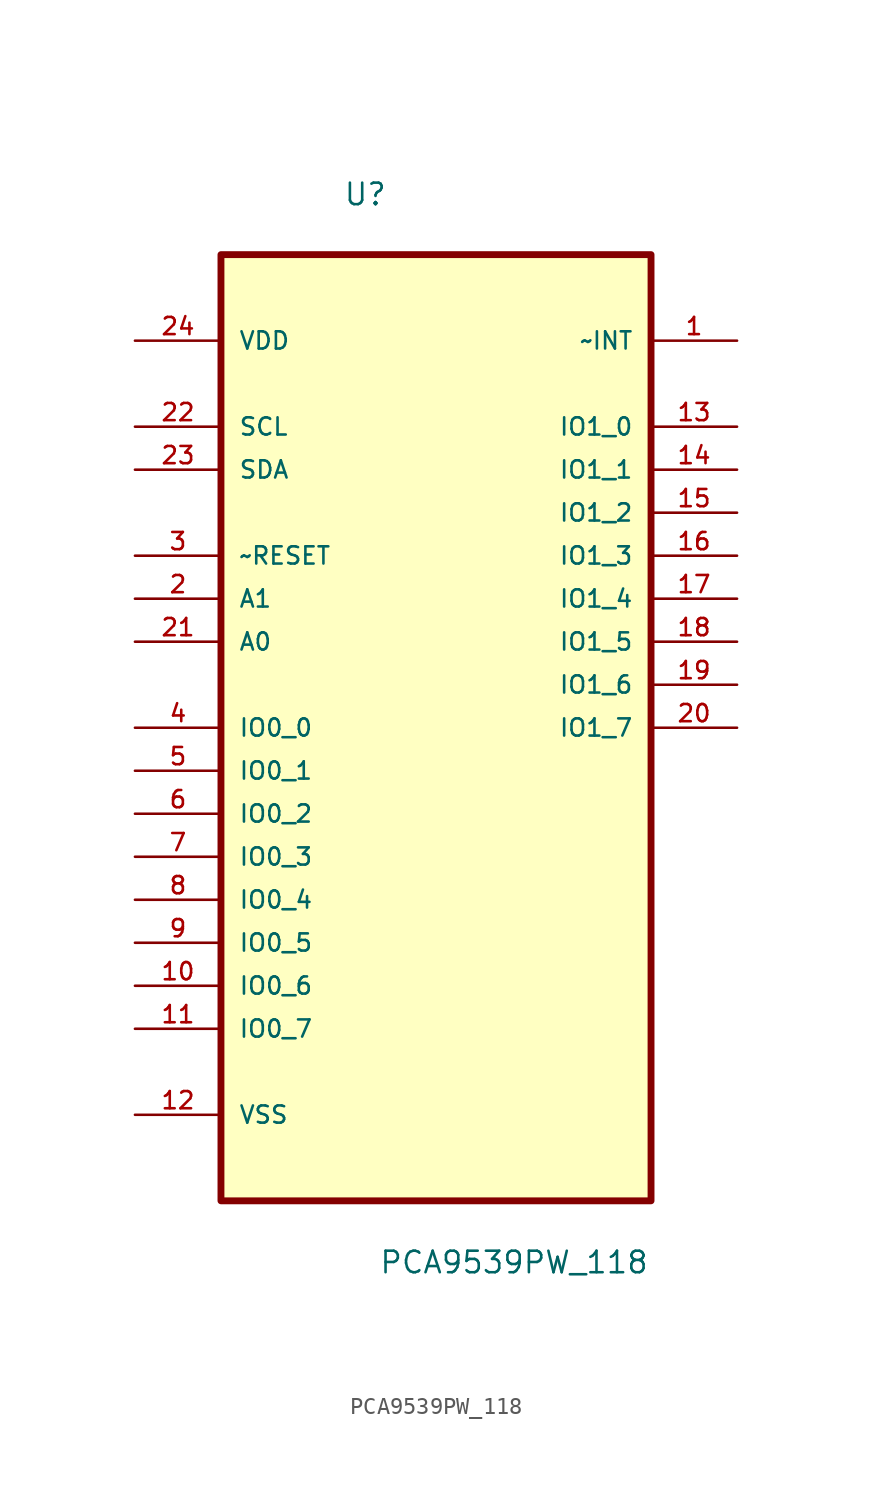
<source format=kicad_sym>
(kicad_symbol_lib
  (version 20211014)
  (generator kicad_symbol_editor)
  (symbol "PCA9539PW_118"
    (pin_names
      (offset 1.016))
    (property "Reference" "U"
      (at -5.487 28.22 0.0)
      (effects (font (size 1.27 1.27)) (justify bottom left)))
    (property "Value" "PCA9539PW_118"
      (at -3.382 -34.86 0.0)
      (effects (font (size 1.27 1.27)) (justify bottom left)))
    (symbol "PCA9539PW_118_0_0"
      (rectangle (start -12.7 -30.48) (end 12.7 25.4) (stroke (width 0.406)) (fill (type background)))
      (pin power_in line (at -17.78 20.32 0) (length 5.08) (name "VDD" (effects (font (size 1.016 1.016)))) (number "24" (effects (font (size 1.016 1.016)))))
      (pin input line (at -17.78 15.24 0) (length 5.08) (name "SCL" (effects (font (size 1.016 1.016)))) (number "22" (effects (font (size 1.016 1.016)))))
      (pin bidirectional line (at -17.78 12.7 0) (length 5.08) (name "SDA" (effects (font (size 1.016 1.016)))) (number "23" (effects (font (size 1.016 1.016)))))
      (pin input line (at -17.78 7.62 0) (length 5.08) (name "~RESET" (effects (font (size 1.016 1.016)))) (number "3" (effects (font (size 1.016 1.016)))))
      (pin input line (at -17.78 5.08 0) (length 5.08) (name "A1" (effects (font (size 1.016 1.016)))) (number "2" (effects (font (size 1.016 1.016)))))
      (pin input line (at -17.78 2.54 0) (length 5.08) (name "A0" (effects (font (size 1.016 1.016)))) (number "21" (effects (font (size 1.016 1.016)))))
      (pin bidirectional line (at -17.78 -2.54 0) (length 5.08) (name "IO0_0" (effects (font (size 1.016 1.016)))) (number "4" (effects (font (size 1.016 1.016)))))
      (pin bidirectional line (at -17.78 -5.08 0) (length 5.08) (name "IO0_1" (effects (font (size 1.016 1.016)))) (number "5" (effects (font (size 1.016 1.016)))))
      (pin bidirectional line (at -17.78 -7.62 0) (length 5.08) (name "IO0_2" (effects (font (size 1.016 1.016)))) (number "6" (effects (font (size 1.016 1.016)))))
      (pin bidirectional line (at -17.78 -10.16 0) (length 5.08) (name "IO0_3" (effects (font (size 1.016 1.016)))) (number "7" (effects (font (size 1.016 1.016)))))
      (pin bidirectional line (at -17.78 -12.7 0) (length 5.08) (name "IO0_4" (effects (font (size 1.016 1.016)))) (number "8" (effects (font (size 1.016 1.016)))))
      (pin bidirectional line (at -17.78 -15.24 0) (length 5.08) (name "IO0_5" (effects (font (size 1.016 1.016)))) (number "9" (effects (font (size 1.016 1.016)))))
      (pin bidirectional line (at -17.78 -17.78 0) (length 5.08) (name "IO0_6" (effects (font (size 1.016 1.016)))) (number "10" (effects (font (size 1.016 1.016)))))
      (pin bidirectional line (at -17.78 -20.32 0) (length 5.08) (name "IO0_7" (effects (font (size 1.016 1.016)))) (number "11" (effects (font (size 1.016 1.016)))))
      (pin passive line (at -17.78 -25.4 0) (length 5.08) (name "VSS" (effects (font (size 1.016 1.016)))) (number "12" (effects (font (size 1.016 1.016)))))
      (pin output line (at 17.78 20.32 180.0) (length 5.08) (name "~INT" (effects (font (size 1.016 1.016)))) (number "1" (effects (font (size 1.016 1.016)))))
      (pin bidirectional line (at 17.78 15.24 180.0) (length 5.08) (name "IO1_0" (effects (font (size 1.016 1.016)))) (number "13" (effects (font (size 1.016 1.016)))))
      (pin bidirectional line (at 17.78 12.7 180.0) (length 5.08) (name "IO1_1" (effects (font (size 1.016 1.016)))) (number "14" (effects (font (size 1.016 1.016)))))
      (pin bidirectional line (at 17.78 10.16 180.0) (length 5.08) (name "IO1_2" (effects (font (size 1.016 1.016)))) (number "15" (effects (font (size 1.016 1.016)))))
      (pin bidirectional line (at 17.78 7.62 180.0) (length 5.08) (name "IO1_3" (effects (font (size 1.016 1.016)))) (number "16" (effects (font (size 1.016 1.016)))))
      (pin bidirectional line (at 17.78 5.08 180.0) (length 5.08) (name "IO1_4" (effects (font (size 1.016 1.016)))) (number "17" (effects (font (size 1.016 1.016)))))
      (pin bidirectional line (at 17.78 2.54 180.0) (length 5.08) (name "IO1_5" (effects (font (size 1.016 1.016)))) (number "18" (effects (font (size 1.016 1.016)))))
      (pin bidirectional line (at 17.78 0.0 180.0) (length 5.08) (name "IO1_6" (effects (font (size 1.016 1.016)))) (number "19" (effects (font (size 1.016 1.016)))))
      (pin bidirectional line (at 17.78 -2.54 180.0) (length 5.08) (name "IO1_7" (effects (font (size 1.016 1.016)))) (number "20" (effects (font (size 1.016 1.016))))))))
</source>
